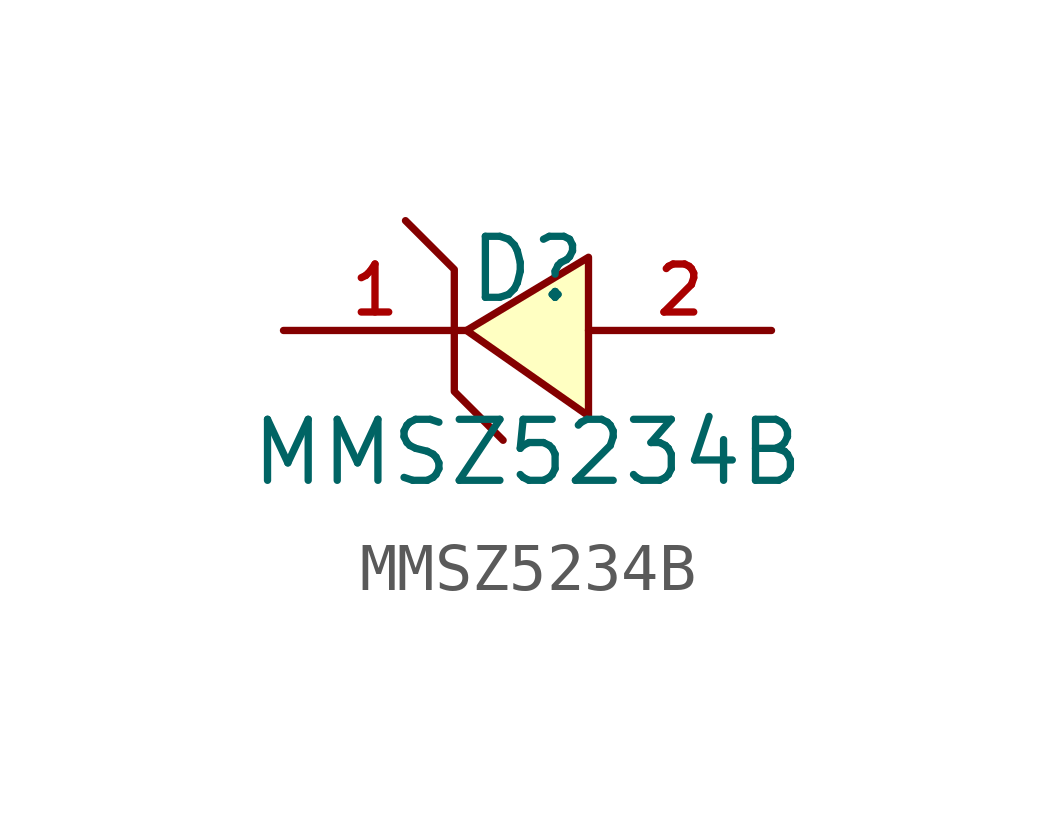
<source format=kicad_sym>
(kicad_symbol_lib
  (version 20210201)
  (generator TousstNicolas/JLC2KiCad_lib)
  (symbol "MMSZ5234B"
    (pin_names hide)
    (property "Reference" "D"
      (at 0 1.27 0)
      (effects (font (size 1.27 1.27))))
    (property "Value" "MMSZ5234B"
      (at 0 -2.54 0)
      (effects (font (size 1.27 1.27))))
    (symbol "MMSZ5234B_0_1"
      (pin unspecified line (at 5.08 -0.0 180) (length 3.81) (name "A" (effects (font (size 1 1)))) (number "2" (effects (font (size 1 1)))))
      (pin unspecified line (at -5.08 -0.0 0) (length 3.81) (name "K" (effects (font (size 1 1)))) (number "1" (effects (font (size 1 1)))))
      (polyline (pts (xy -2.54 2.286) (xy -1.524 1.27) (xy -1.524 -1.27) (xy -0.508 -2.286)) (stroke (width 0) (type default) (color 0 0 0 0)) (fill (type none)))
      (polyline (pts (xy 1.27 1.524) (xy -1.27 -0.0) (xy 1.27 -1.778) (xy 1.27 1.524)) (stroke (width 0) (type default) (color 0 0 0 0)) (fill (type background))))))
</source>
